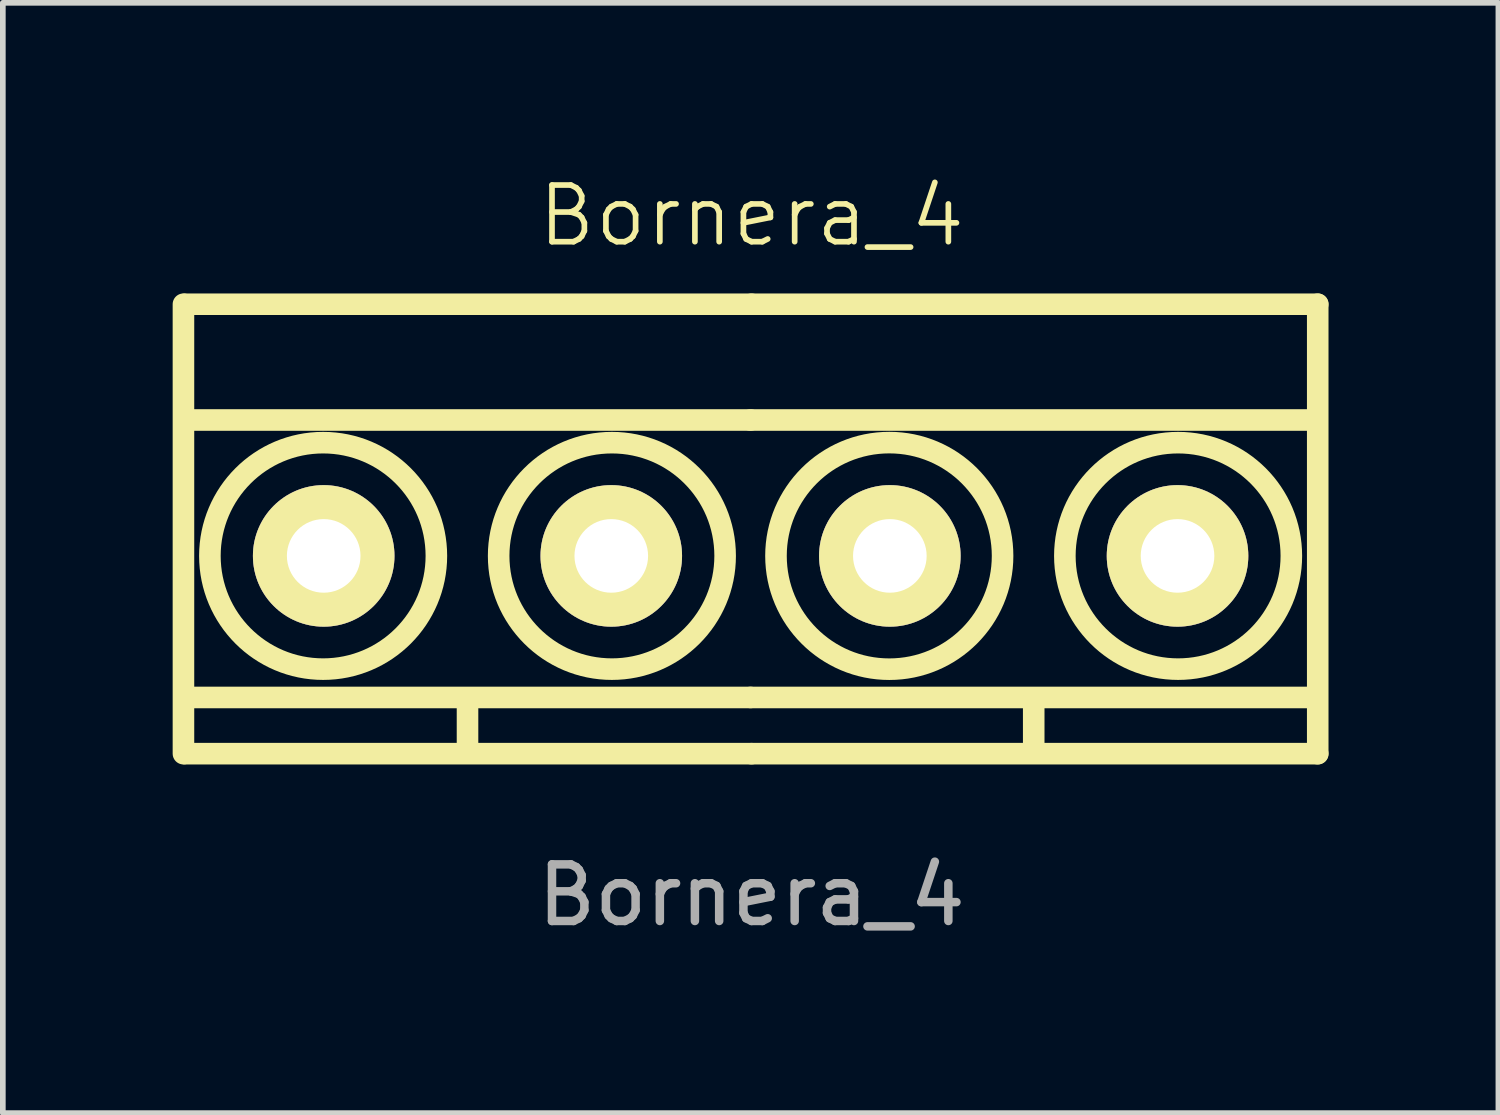
<source format=kicad_pcb>
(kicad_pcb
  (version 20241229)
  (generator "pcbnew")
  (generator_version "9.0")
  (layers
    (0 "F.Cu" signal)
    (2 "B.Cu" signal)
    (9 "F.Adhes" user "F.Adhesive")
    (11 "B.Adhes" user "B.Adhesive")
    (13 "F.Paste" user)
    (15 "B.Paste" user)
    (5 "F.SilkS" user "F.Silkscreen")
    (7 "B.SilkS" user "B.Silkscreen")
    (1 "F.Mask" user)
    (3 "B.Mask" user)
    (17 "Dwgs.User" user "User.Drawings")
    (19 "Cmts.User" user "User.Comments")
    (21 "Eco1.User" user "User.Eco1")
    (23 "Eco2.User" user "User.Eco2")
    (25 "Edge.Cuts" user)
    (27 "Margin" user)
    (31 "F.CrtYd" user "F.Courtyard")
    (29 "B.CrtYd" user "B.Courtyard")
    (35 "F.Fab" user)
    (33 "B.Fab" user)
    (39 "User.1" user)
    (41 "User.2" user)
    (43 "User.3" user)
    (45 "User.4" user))
  (footprint "Bornera_4"
    (layer "F.Cu")
    (at 10.223 6.761)
    (property "Reference" "Bornera_4" (at 0 -6 0) (unlocked yes) (layer "F.SilkS") (effects (font (size 1 1) (thickness 0.1))))
    (attr through_hole)
    (fp_line (start -10.033 -4.438) (end -10.033 3.5) (stroke (width 0.381) (type solid)) (layer "F.SilkS"))
    (fp_line (start -10.017 -2.393) (end -0.017 -2.393) (stroke (width 0.381) (type solid)) (layer "F.SilkS"))
    (fp_line (start -10.017 2.507) (end -0.017 2.507) (stroke (width 0.381) (type solid)) (layer "F.SilkS"))
    (fp_line (start -10 3.5) (end 0 3.5) (stroke (width 0.381) (type solid)) (layer "F.SilkS"))
    (fp_line (start -5.016 2.547) (end -5.016 3.492) (stroke (width 0.381) (type solid)) (layer "F.SilkS"))
    (fp_line (start -0.017 -2.393) (end 9.983 -2.393) (stroke (width 0.381) (type solid)) (layer "F.SilkS"))
    (fp_line (start -0.017 2.507) (end 9.983 2.507) (stroke (width 0.381) (type solid)) (layer "F.SilkS"))
    (fp_line (start 0 -4.438) (end -10 -4.438) (stroke (width 0.381) (type solid)) (layer "F.SilkS"))
    (fp_line (start 0 3.5) (end 10 3.5) (stroke (width 0.381) (type solid)) (layer "F.SilkS"))
    (fp_line (start 4.984 2.547) (end 4.984 3.492) (stroke (width 0.381) (type solid)) (layer "F.SilkS"))
    (fp_line (start 10 -4.438) (end 0 -4.438) (stroke (width 0.381) (type solid)) (layer "F.SilkS"))
    (fp_line (start 10 3.5) (end 10 -4.438) (stroke (width 0.381) (type solid)) (layer "F.SilkS"))
    (fp_circle (center -7.566 0.007) (end -5.566 0.007) (stroke (width 0.381) (type solid)) (fill no) (layer "F.SilkS"))
    (fp_circle (center -2.466 0.007) (end -4.466 0.007) (stroke (width 0.381) (type solid)) (fill no) (layer "F.SilkS"))
    (fp_circle (center 2.433 0.007) (end 4.434 0.007) (stroke (width 0.381) (type solid)) (fill no) (layer "F.SilkS"))
    (fp_circle (center 7.534 0.007) (end 5.534 0.007) (stroke (width 0.381) (type solid)) (fill no) (layer "F.SilkS"))
    (fp_text user "${REFERENCE}" (at 0 6 0) (unlocked yes) (layer "F.Fab") (effects (font (size 1 1) (thickness 0.15))))
    (pad "1" thru_hole circle (at -7.556 0.007) (size 2.5 2.5) (drill 1.3) (layers "*.Cu" "*.Mask" "F.SilkS"))
    (pad "1" thru_hole circle (at 2.443 0.007) (size 2.5 2.5) (drill 1.3) (layers "*.Cu" "*.Mask" "F.SilkS"))
    (pad "2" thru_hole circle (at -2.477 0.007) (size 2.5 2.5) (drill 1.3) (layers "*.Cu" "*.Mask" "F.SilkS"))
    (pad "2" thru_hole circle (at 7.524 0.007) (size 2.5 2.5) (drill 1.3) (layers "*.Cu" "*.Mask" "F.SilkS")))
  (gr_rect
    (start -3 -3)
    (end 23.414 16.609)
    (stroke (width 0.1) (type default))
    (fill no)
    (layer "Edge.Cuts")))
</source>
